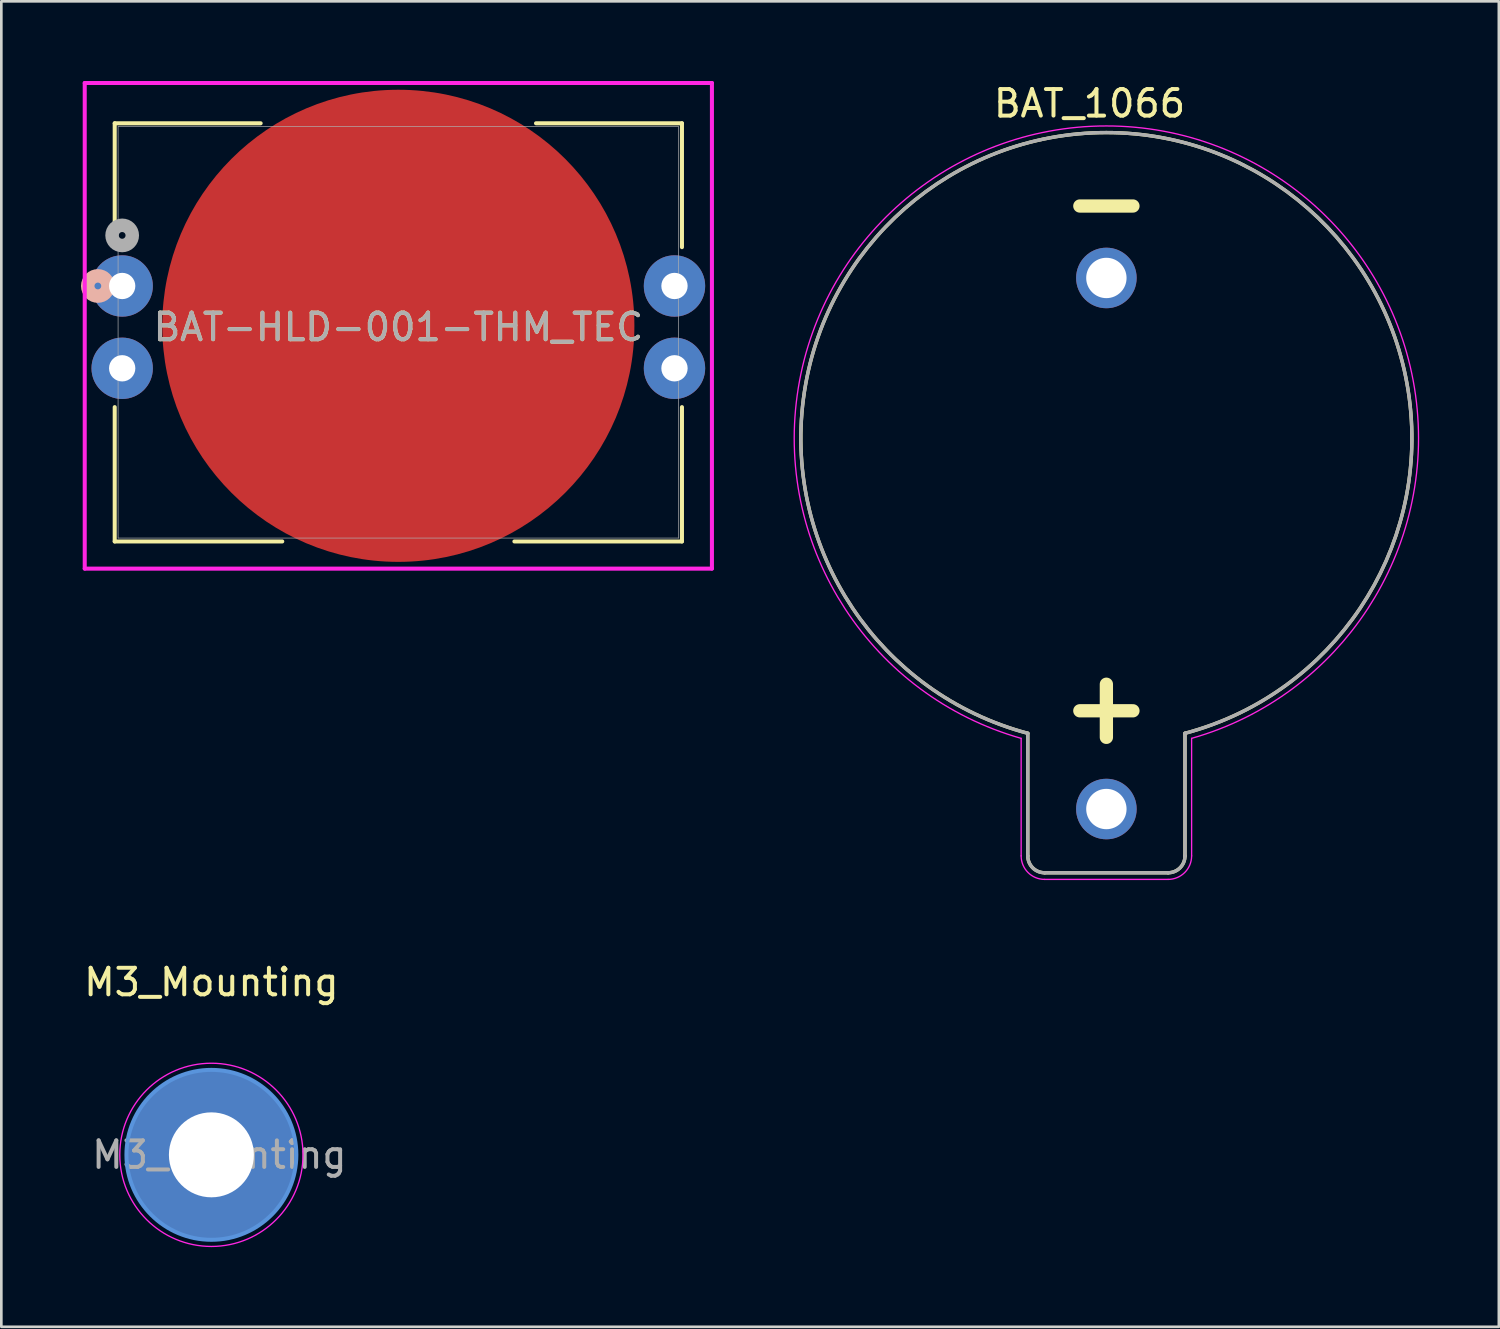
<source format=kicad_pcb>
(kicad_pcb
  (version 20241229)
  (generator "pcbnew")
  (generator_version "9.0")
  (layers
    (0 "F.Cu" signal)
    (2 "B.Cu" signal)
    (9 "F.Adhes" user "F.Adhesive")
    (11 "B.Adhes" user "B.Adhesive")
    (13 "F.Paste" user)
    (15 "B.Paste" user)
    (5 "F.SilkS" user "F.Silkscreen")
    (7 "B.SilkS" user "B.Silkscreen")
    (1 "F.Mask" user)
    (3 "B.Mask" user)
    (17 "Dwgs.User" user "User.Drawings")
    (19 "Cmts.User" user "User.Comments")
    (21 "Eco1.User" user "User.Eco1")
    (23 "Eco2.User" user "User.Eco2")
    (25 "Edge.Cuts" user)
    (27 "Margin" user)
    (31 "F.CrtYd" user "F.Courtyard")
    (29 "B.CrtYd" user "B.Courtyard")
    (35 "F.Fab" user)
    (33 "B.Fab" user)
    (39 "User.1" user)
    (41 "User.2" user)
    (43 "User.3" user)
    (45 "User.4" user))
  (footprint "BAT_1066"
    (layer "F.Cu")
    (at 38.616 13.548)
    (property "Reference" "BAT_1066" (at -0.635 -12.7 0) (layer "F.SilkS") (effects (font (size 1 1) (thickness 0.15))))
    (attr through_hole)
    (fp_line (start -2.96 11.018) (end -2.96 15.635) (stroke (width 0.127) (type solid)) (layer "F.SilkS"))
    (fp_line (start -2.325 16.27) (end 2.325 16.27) (stroke (width 0.127) (type solid)) (layer "F.SilkS"))
    (fp_line (start 0 9.17) (end 0 11.17) (stroke (width 0.5) (type solid)) (layer "F.SilkS"))
    (fp_line (start 1 -8.84) (end -1 -8.84) (stroke (width 0.5) (type solid)) (layer "F.SilkS"))
    (fp_line (start 1 10.17) (end -1 10.17) (stroke (width 0.5) (type solid)) (layer "F.SilkS"))
    (fp_line (start 2.96 15.635) (end 2.96 11.018) (stroke (width 0.127) (type solid)) (layer "F.SilkS"))
    (fp_arc (start -2.96 11.0177) (mid 0 -11.605307) (end 2.96 11.0177) (stroke (width 0.127) (type solid)) (layer "F.SilkS"))
    (fp_arc (start -2.325 16.27) (mid -2.774013 16.084013) (end -2.96 15.635) (stroke (width 0.127) (type solid)) (layer "F.SilkS"))
    (fp_arc (start 2.96 15.635) (mid 2.774013 16.084013) (end 2.325 16.27) (stroke (width 0.127) (type solid)) (layer "F.SilkS"))
    (fp_line (start -3.21 11.208) (end -3.21 15.635) (stroke (width 0.05) (type solid)) (layer "F.CrtYd"))
    (fp_line (start -2.325 16.52) (end 2.325 16.52) (stroke (width 0.05) (type solid)) (layer "F.CrtYd"))
    (fp_line (start 3.21 15.635) (end 3.21 11.208) (stroke (width 0.05) (type solid)) (layer "F.CrtYd"))
    (fp_arc (start -3.21 11.2082) (mid 0 -11.854799) (end 3.21 11.2082) (stroke (width 0.05) (type solid)) (layer "F.CrtYd"))
    (fp_arc (start -2.325 16.52) (mid -2.95079 16.26079) (end -3.21 15.635) (stroke (width 0.05) (type solid)) (layer "F.CrtYd"))
    (fp_arc (start 3.21 15.635) (mid 2.95079 16.26079) (end 2.325 16.52) (stroke (width 0.05) (type solid)) (layer "F.CrtYd"))
    (fp_line (start -2.96 11.018) (end -2.96 15.635) (stroke (width 0.127) (type solid)) (layer "F.Fab"))
    (fp_line (start -2.325 16.27) (end 2.325 16.27) (stroke (width 0.127) (type solid)) (layer "F.Fab"))
    (fp_line (start 2.96 15.635) (end 2.96 11.018) (stroke (width 0.127) (type solid)) (layer "F.Fab"))
    (fp_arc (start -2.96 11.0177) (mid 0 -11.605307) (end 2.96 11.0177) (stroke (width 0.127) (type solid)) (layer "F.Fab"))
    (fp_arc (start -2.325 16.27) (mid -2.774013 16.084013) (end -2.96 15.635) (stroke (width 0.127) (type solid)) (layer "F.Fab"))
    (fp_arc (start 2.96 15.635) (mid 2.774013 16.084013) (end 2.325 16.27) (stroke (width 0.127) (type solid)) (layer "F.Fab"))
    (pad "N" thru_hole circle (at 0 -6.13) (size 2.28 2.28) (drill 1.52) (layers "*.Cu" "*.Mask"))
    (pad "P" thru_hole circle (at 0 13.87) (size 2.28 2.28) (drill 1.52) (layers "*.Cu" "*.Mask")))
  (footprint "M3_Mounting"
    (layer "F.Cu")
    (at 4.911 40.441)
    (property "Reference" "M3_Mounting" (at 0 -6.5 0) (unlocked yes) (layer "F.SilkS") (effects (font (size 1 1) (thickness 0.15))))
    (fp_circle (center 0 0) (end 3.2 0) (stroke (width 0.15) (type solid)) (fill no) (layer "Cmts.User"))
    (fp_circle (center 0 0) (end 3.45 0) (stroke (width 0.05) (type solid)) (fill no) (layer "F.CrtYd"))
    (fp_text user "${REFERENCE}" (at 0.3 0 0) (layer "F.Fab") (effects (font (size 1 1) (thickness 0.15))))
    (pad "1" thru_hole circle (at 0 0) (size 6.4 6.4) (drill 3.2) (layers "*.Cu" "*.Mask")))
  (footprint "BAT-HLD-001-THM_TEC"
    (layer "F.Cu")
    (at 1.551 7.72)
    (property "Reference" "BAT-HLD-001-THM_TEC" (at 10.4 1.55 0) (unlocked yes) (layer "F.SilkS") (effects (font (size 1 1) (thickness 0.15))))
    (attr through_hole)
    (fp_line (start -0.281 -6.127) (end -0.281 -1.462) (stroke (width 0.152) (type solid)) (layer "F.SilkS"))
    (fp_line (start -0.281 4.562) (end -0.281 9.621) (stroke (width 0.152) (type solid)) (layer "F.SilkS"))
    (fp_line (start -0.281 9.621) (end 6.029 9.621) (stroke (width 0.152) (type solid)) (layer "F.SilkS"))
    (fp_line (start 5.215 -6.127) (end -0.281 -6.127) (stroke (width 0.152) (type solid)) (layer "F.SilkS"))
    (fp_line (start 14.771 9.621) (end 21.081 9.621) (stroke (width 0.152) (type solid)) (layer "F.SilkS"))
    (fp_line (start 21.081 -6.127) (end 15.585 -6.127) (stroke (width 0.152) (type solid)) (layer "F.SilkS"))
    (fp_line (start 21.081 -1.462) (end 21.081 -6.127) (stroke (width 0.152) (type solid)) (layer "F.SilkS"))
    (fp_line (start 21.081 9.621) (end 21.081 4.562) (stroke (width 0.152) (type solid)) (layer "F.SilkS"))
    (fp_circle (center -0.916 0) (end -0.535 0) (stroke (width 0.508) (type solid)) (fill no) (layer "B.SilkS"))
    (fp_line (start -1.41 -7.644) (end -1.41 10.644) (stroke (width 0.152) (type solid)) (layer "F.CrtYd"))
    (fp_line (start -1.41 10.644) (end 22.21 10.644) (stroke (width 0.152) (type solid)) (layer "F.CrtYd"))
    (fp_line (start 22.21 -7.644) (end -1.41 -7.644) (stroke (width 0.152) (type solid)) (layer "F.CrtYd"))
    (fp_line (start 22.21 10.644) (end 22.21 -7.644) (stroke (width 0.152) (type solid)) (layer "F.CrtYd"))
    (fp_line (start -0.154 -6) (end -0.154 9.494) (stroke (width 0.025) (type solid)) (layer "F.Fab"))
    (fp_line (start -0.154 9.494) (end 20.954 9.494) (stroke (width 0.025) (type solid)) (layer "F.Fab"))
    (fp_line (start 20.954 -6) (end -0.154 -6) (stroke (width 0.025) (type solid)) (layer "F.Fab"))
    (fp_line (start 20.954 9.494) (end 20.954 -6) (stroke (width 0.025) (type solid)) (layer "F.Fab"))
    (fp_circle (center 0 -1.905) (end 0.381 -1.905) (stroke (width 0.508) (type solid)) (fill no) (layer "F.Fab"))
    (fp_text user "${REFERENCE}" (at 10.4 1.55 0) (unlocked yes) (layer "F.Fab") (effects (font (size 1 1) (thickness 0.15))))
    (pad "1" thru_hole circle (at 0 0) (size 2.311 2.311) (drill 0.991) (layers "*.Cu" "*.Mask"))
    (pad "1" thru_hole circle (at 0 3.1) (size 2.311 2.311) (drill 0.991) (layers "*.Cu" "*.Mask"))
    (pad "1" thru_hole circle (at 20.8 0) (size 2.311 2.311) (drill 0.991) (layers "*.Cu" "*.Mask"))
    (pad "1" thru_hole circle (at 20.8 3.1) (size 2.311 2.311) (drill 0.991) (layers "*.Cu" "*.Mask"))
    (pad "2" smd circle (at 10.4 1.5) (size 17.78 17.78) (layers "F.Cu" "F.Mask" "F.Paste")))
  (gr_rect
    (start -3 -3)
    (end 53.396 46.916)
    (stroke (width 0.1) (type default))
    (fill no)
    (layer "Edge.Cuts")))
</source>
